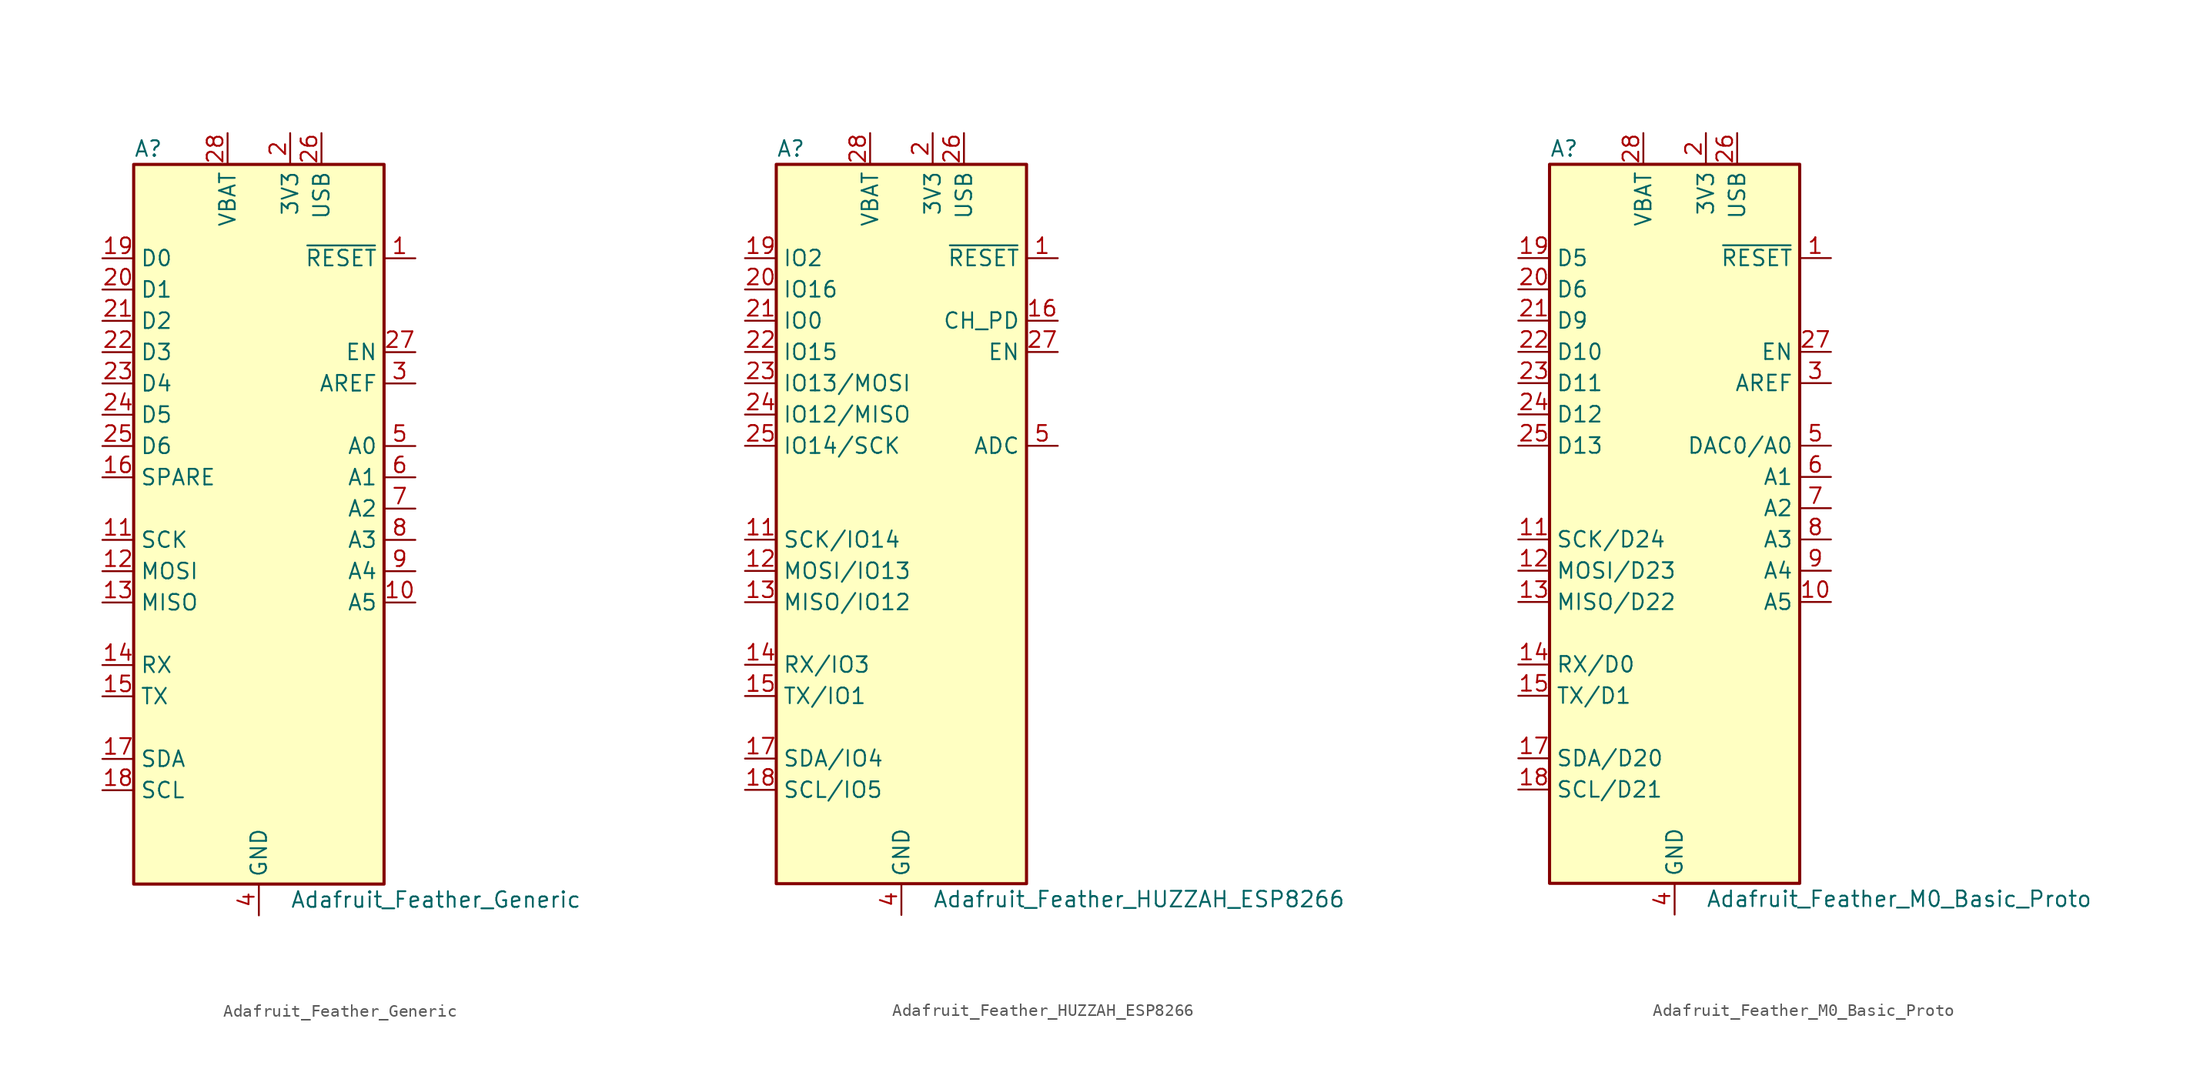
<source format=kicad_sym>
(kicad_symbol_lib
  (version 20241209)
  (generator "kicad_symbol_editor")
  (generator_version "9.0")
  (symbol "Adafruit_Feather_Generic"
    (property "Reference" "A"
      (at -10.16 29.21 0)
      (effects (font (size 1.27 1.27)) (justify left)))
    (property "Value" "Adafruit_Feather_Generic"
      (at 2.54 -31.75 0)
      (effects (font (size 1.27 1.27)) (justify left)))
    (symbol "Adafruit_Feather_Generic_0_1"
      (rectangle (start -10.16 27.94) (end 10.16 -30.48) (stroke (width 0.254) (type default)) (fill (type background))))
    (symbol "Adafruit_Feather_Generic_1_1"
      (pin bidirectional line (at -12.7 20.32 0) (length 2.54) (name "D0" (effects (font (size 1.27 1.27)))) (number "19" (effects (font (size 1.27 1.27)))))
      (pin bidirectional line (at -12.7 17.78 0) (length 2.54) (name "D1" (effects (font (size 1.27 1.27)))) (number "20" (effects (font (size 1.27 1.27)))))
      (pin bidirectional line (at -12.7 15.24 0) (length 2.54) (name "D2" (effects (font (size 1.27 1.27)))) (number "21" (effects (font (size 1.27 1.27)))))
      (pin bidirectional line (at -12.7 12.7 0) (length 2.54) (name "D3" (effects (font (size 1.27 1.27)))) (number "22" (effects (font (size 1.27 1.27)))))
      (pin bidirectional line (at -12.7 10.16 0) (length 2.54) (name "D4" (effects (font (size 1.27 1.27)))) (number "23" (effects (font (size 1.27 1.27)))))
      (pin bidirectional line (at -12.7 7.62 0) (length 2.54) (name "D5" (effects (font (size 1.27 1.27)))) (number "24" (effects (font (size 1.27 1.27)))))
      (pin bidirectional line (at -12.7 5.08 0) (length 2.54) (name "D6" (effects (font (size 1.27 1.27)))) (number "25" (effects (font (size 1.27 1.27)))))
      (pin bidirectional line (at -12.7 2.54 0) (length 2.54) (name "SPARE" (effects (font (size 1.27 1.27)))) (number "16" (effects (font (size 1.27 1.27)))))
      (pin bidirectional line (at -12.7 -2.54 0) (length 2.54) (name "SCK" (effects (font (size 1.27 1.27)))) (number "11" (effects (font (size 1.27 1.27)))))
      (pin bidirectional line (at -12.7 -5.08 0) (length 2.54) (name "MOSI" (effects (font (size 1.27 1.27)))) (number "12" (effects (font (size 1.27 1.27)))))
      (pin bidirectional line (at -12.7 -7.62 0) (length 2.54) (name "MISO" (effects (font (size 1.27 1.27)))) (number "13" (effects (font (size 1.27 1.27)))))
      (pin bidirectional line (at -12.7 -12.7 0) (length 2.54) (name "RX" (effects (font (size 1.27 1.27)))) (number "14" (effects (font (size 1.27 1.27)))))
      (pin bidirectional line (at -12.7 -15.24 0) (length 2.54) (name "TX" (effects (font (size 1.27 1.27)))) (number "15" (effects (font (size 1.27 1.27)))))
      (pin bidirectional line (at -12.7 -20.32 0) (length 2.54) (name "SDA" (effects (font (size 1.27 1.27)))) (number "17" (effects (font (size 1.27 1.27)))))
      (pin bidirectional line (at -12.7 -22.86 0) (length 2.54) (name "SCL" (effects (font (size 1.27 1.27)))) (number "18" (effects (font (size 1.27 1.27)))))
      (pin power_in line (at -2.54 30.48 270) (length 2.54) (name "VBAT" (effects (font (size 1.27 1.27)))) (number "28" (effects (font (size 1.27 1.27)))))
      (pin power_in line (at 0 -33.02 90) (length 2.54) (name "GND" (effects (font (size 1.27 1.27)))) (number "4" (effects (font (size 1.27 1.27)))))
      (pin power_in line (at 2.54 30.48 270) (length 2.54) (name "3V3" (effects (font (size 1.27 1.27)))) (number "2" (effects (font (size 1.27 1.27)))))
      (pin power_in line (at 5.08 30.48 270) (length 2.54) (name "USB" (effects (font (size 1.27 1.27)))) (number "26" (effects (font (size 1.27 1.27)))))
      (pin input line (at 12.7 20.32 180) (length 2.54) (name "~{RESET}" (effects (font (size 1.27 1.27)))) (number "1" (effects (font (size 1.27 1.27)))))
      (pin input line (at 12.7 12.7 180) (length 2.54) (name "EN" (effects (font (size 1.27 1.27)))) (number "27" (effects (font (size 1.27 1.27)))))
      (pin input line (at 12.7 10.16 180) (length 2.54) (name "AREF" (effects (font (size 1.27 1.27)))) (number "3" (effects (font (size 1.27 1.27)))))
      (pin bidirectional line (at 12.7 5.08 180) (length 2.54) (name "A0" (effects (font (size 1.27 1.27)))) (number "5" (effects (font (size 1.27 1.27)))))
      (pin bidirectional line (at 12.7 2.54 180) (length 2.54) (name "A1" (effects (font (size 1.27 1.27)))) (number "6" (effects (font (size 1.27 1.27)))))
      (pin bidirectional line (at 12.7 0 180) (length 2.54) (name "A2" (effects (font (size 1.27 1.27)))) (number "7" (effects (font (size 1.27 1.27)))))
      (pin bidirectional line (at 12.7 -2.54 180) (length 2.54) (name "A3" (effects (font (size 1.27 1.27)))) (number "8" (effects (font (size 1.27 1.27)))))
      (pin bidirectional line (at 12.7 -5.08 180) (length 2.54) (name "A4" (effects (font (size 1.27 1.27)))) (number "9" (effects (font (size 1.27 1.27)))))
      (pin bidirectional line (at 12.7 -7.62 180) (length 2.54) (name "A5" (effects (font (size 1.27 1.27)))) (number "10" (effects (font (size 1.27 1.27)))))))
  (symbol "Adafruit_Feather_HUZZAH_ESP8266"
    (property "Reference" "A"
      (at -10.16 29.21 0)
      (effects (font (size 1.27 1.27)) (justify left)))
    (property "Value" "Adafruit_Feather_HUZZAH_ESP8266"
      (at 2.54 -31.75 0)
      (effects (font (size 1.27 1.27)) (justify left)))
    (symbol "Adafruit_Feather_HUZZAH_ESP8266_0_1"
      (rectangle (start -10.16 27.94) (end 10.16 -30.48) (stroke (width 0.254) (type default)) (fill (type background))))
    (symbol "Adafruit_Feather_HUZZAH_ESP8266_1_1"
      (pin bidirectional line (at -12.7 20.32 0) (length 2.54) (name "IO2" (effects (font (size 1.27 1.27)))) (number "19" (effects (font (size 1.27 1.27)))))
      (pin bidirectional line (at -12.7 17.78 0) (length 2.54) (name "IO16" (effects (font (size 1.27 1.27)))) (number "20" (effects (font (size 1.27 1.27)))))
      (pin bidirectional line (at -12.7 15.24 0) (length 2.54) (name "IO0" (effects (font (size 1.27 1.27)))) (number "21" (effects (font (size 1.27 1.27)))))
      (pin bidirectional line (at -12.7 12.7 0) (length 2.54) (name "IO15" (effects (font (size 1.27 1.27)))) (number "22" (effects (font (size 1.27 1.27)))))
      (pin bidirectional line (at -12.7 10.16 0) (length 2.54) (name "IO13/MOSI" (effects (font (size 1.27 1.27)))) (number "23" (effects (font (size 1.27 1.27)))))
      (pin bidirectional line (at -12.7 7.62 0) (length 2.54) (name "IO12/MISO" (effects (font (size 1.27 1.27)))) (number "24" (effects (font (size 1.27 1.27)))))
      (pin bidirectional line (at -12.7 5.08 0) (length 2.54) (name "IO14/SCK" (effects (font (size 1.27 1.27)))) (number "25" (effects (font (size 1.27 1.27)))))
      (pin bidirectional line (at -12.7 -2.54 0) (length 2.54) (name "SCK/IO14" (effects (font (size 1.27 1.27)))) (number "11" (effects (font (size 1.27 1.27)))))
      (pin bidirectional line (at -12.7 -5.08 0) (length 2.54) (name "MOSI/IO13" (effects (font (size 1.27 1.27)))) (number "12" (effects (font (size 1.27 1.27)))))
      (pin bidirectional line (at -12.7 -7.62 0) (length 2.54) (name "MISO/IO12" (effects (font (size 1.27 1.27)))) (number "13" (effects (font (size 1.27 1.27)))))
      (pin bidirectional line (at -12.7 -12.7 0) (length 2.54) (name "RX/IO3" (effects (font (size 1.27 1.27)))) (number "14" (effects (font (size 1.27 1.27)))))
      (pin bidirectional line (at -12.7 -15.24 0) (length 2.54) (name "TX/IO1" (effects (font (size 1.27 1.27)))) (number "15" (effects (font (size 1.27 1.27)))))
      (pin bidirectional line (at -12.7 -20.32 0) (length 2.54) (name "SDA/IO4" (effects (font (size 1.27 1.27)))) (number "17" (effects (font (size 1.27 1.27)))))
      (pin bidirectional line (at -12.7 -22.86 0) (length 2.54) (name "SCL/IO5" (effects (font (size 1.27 1.27)))) (number "18" (effects (font (size 1.27 1.27)))))
      (pin power_in line (at -2.54 30.48 270) (length 2.54) (name "VBAT" (effects (font (size 1.27 1.27)))) (number "28" (effects (font (size 1.27 1.27)))))
      (pin power_in line (at 0 -33.02 90) (length 2.54) (name "GND" (effects (font (size 1.27 1.27)))) (number "4" (effects (font (size 1.27 1.27)))))
      (pin power_in line (at 2.54 30.48 270) (length 2.54) (name "3V3" (effects (font (size 1.27 1.27)))) (number "2" (effects (font (size 1.27 1.27)))))
      (pin power_in line (at 5.08 30.48 270) (length 2.54) (name "USB" (effects (font (size 1.27 1.27)))) (number "26" (effects (font (size 1.27 1.27)))))
      (pin no_connect line (at 10.16 10.16 180) (length 2.54) (hide yes) (name "NC" (effects (font (size 1.27 1.27)))) (number "3" (effects (font (size 1.27 1.27)))))
      (pin no_connect line (at 10.16 2.54 180) (length 2.54) (hide yes) (name "NC" (effects (font (size 1.27 1.27)))) (number "6" (effects (font (size 1.27 1.27)))))
      (pin no_connect line (at 10.16 0 180) (length 2.54) (hide yes) (name "NC" (effects (font (size 1.27 1.27)))) (number "7" (effects (font (size 1.27 1.27)))))
      (pin no_connect line (at 10.16 -2.54 180) (length 2.54) (hide yes) (name "NC" (effects (font (size 1.27 1.27)))) (number "8" (effects (font (size 1.27 1.27)))))
      (pin no_connect line (at 10.16 -5.08 180) (length 2.54) (hide yes) (name "NC" (effects (font (size 1.27 1.27)))) (number "9" (effects (font (size 1.27 1.27)))))
      (pin no_connect line (at 10.16 -7.62 180) (length 2.54) (hide yes) (name "NC" (effects (font (size 1.27 1.27)))) (number "10" (effects (font (size 1.27 1.27)))))
      (pin input line (at 12.7 20.32 180) (length 2.54) (name "~{RESET}" (effects (font (size 1.27 1.27)))) (number "1" (effects (font (size 1.27 1.27)))))
      (pin bidirectional line (at 12.7 15.24 180) (length 2.54) (name "CH_PD" (effects (font (size 1.27 1.27)))) (number "16" (effects (font (size 1.27 1.27)))))
      (pin input line (at 12.7 12.7 180) (length 2.54) (name "EN" (effects (font (size 1.27 1.27)))) (number "27" (effects (font (size 1.27 1.27)))))
      (pin bidirectional line (at 12.7 5.08 180) (length 2.54) (name "ADC" (effects (font (size 1.27 1.27)))) (number "5" (effects (font (size 1.27 1.27)))))))
  (symbol "Adafruit_Feather_M0_Basic_Proto"
    (property "Reference" "A"
      (at -10.16 29.21 0)
      (effects (font (size 1.27 1.27)) (justify left)))
    (property "Value" "Adafruit_Feather_M0_Basic_Proto"
      (at 2.54 -31.75 0)
      (effects (font (size 1.27 1.27)) (justify left)))
    (symbol "Adafruit_Feather_M0_Basic_Proto_0_1"
      (rectangle (start -10.16 27.94) (end 10.16 -30.48) (stroke (width 0.254) (type default)) (fill (type background))))
    (symbol "Adafruit_Feather_M0_Basic_Proto_1_1"
      (pin bidirectional line (at -12.7 20.32 0) (length 2.54) (name "D5" (effects (font (size 1.27 1.27)))) (number "19" (effects (font (size 1.27 1.27)))))
      (pin bidirectional line (at -12.7 17.78 0) (length 2.54) (name "D6" (effects (font (size 1.27 1.27)))) (number "20" (effects (font (size 1.27 1.27)))))
      (pin bidirectional line (at -12.7 15.24 0) (length 2.54) (name "D9" (effects (font (size 1.27 1.27)))) (number "21" (effects (font (size 1.27 1.27)))))
      (pin bidirectional line (at -12.7 12.7 0) (length 2.54) (name "D10" (effects (font (size 1.27 1.27)))) (number "22" (effects (font (size 1.27 1.27)))))
      (pin bidirectional line (at -12.7 10.16 0) (length 2.54) (name "D11" (effects (font (size 1.27 1.27)))) (number "23" (effects (font (size 1.27 1.27)))))
      (pin bidirectional line (at -12.7 7.62 0) (length 2.54) (name "D12" (effects (font (size 1.27 1.27)))) (number "24" (effects (font (size 1.27 1.27)))))
      (pin bidirectional line (at -12.7 5.08 0) (length 2.54) (name "D13" (effects (font (size 1.27 1.27)))) (number "25" (effects (font (size 1.27 1.27)))))
      (pin bidirectional line (at -12.7 -2.54 0) (length 2.54) (name "SCK/D24" (effects (font (size 1.27 1.27)))) (number "11" (effects (font (size 1.27 1.27)))))
      (pin bidirectional line (at -12.7 -5.08 0) (length 2.54) (name "MOSI/D23" (effects (font (size 1.27 1.27)))) (number "12" (effects (font (size 1.27 1.27)))))
      (pin bidirectional line (at -12.7 -7.62 0) (length 2.54) (name "MISO/D22" (effects (font (size 1.27 1.27)))) (number "13" (effects (font (size 1.27 1.27)))))
      (pin bidirectional line (at -12.7 -12.7 0) (length 2.54) (name "RX/D0" (effects (font (size 1.27 1.27)))) (number "14" (effects (font (size 1.27 1.27)))))
      (pin bidirectional line (at -12.7 -15.24 0) (length 2.54) (name "TX/D1" (effects (font (size 1.27 1.27)))) (number "15" (effects (font (size 1.27 1.27)))))
      (pin bidirectional line (at -12.7 -20.32 0) (length 2.54) (name "SDA/D20" (effects (font (size 1.27 1.27)))) (number "17" (effects (font (size 1.27 1.27)))))
      (pin bidirectional line (at -12.7 -22.86 0) (length 2.54) (name "SCL/D21" (effects (font (size 1.27 1.27)))) (number "18" (effects (font (size 1.27 1.27)))))
      (pin power_in line (at -2.54 30.48 270) (length 2.54) (name "VBAT" (effects (font (size 1.27 1.27)))) (number "28" (effects (font (size 1.27 1.27)))))
      (pin passive line (at 0 -33.02 90) (length 2.54) (hide yes) (name "GND" (effects (font (size 1.27 1.27)))) (number "16" (effects (font (size 1.27 1.27)))))
      (pin power_in line (at 0 -33.02 90) (length 2.54) (name "GND" (effects (font (size 1.27 1.27)))) (number "4" (effects (font (size 1.27 1.27)))))
      (pin power_in line (at 2.54 30.48 270) (length 2.54) (name "3V3" (effects (font (size 1.27 1.27)))) (number "2" (effects (font (size 1.27 1.27)))))
      (pin power_in line (at 5.08 30.48 270) (length 2.54) (name "USB" (effects (font (size 1.27 1.27)))) (number "26" (effects (font (size 1.27 1.27)))))
      (pin input line (at 12.7 20.32 180) (length 2.54) (name "~{RESET}" (effects (font (size 1.27 1.27)))) (number "1" (effects (font (size 1.27 1.27)))))
      (pin input line (at 12.7 12.7 180) (length 2.54) (name "EN" (effects (font (size 1.27 1.27)))) (number "27" (effects (font (size 1.27 1.27)))))
      (pin input line (at 12.7 10.16 180) (length 2.54) (name "AREF" (effects (font (size 1.27 1.27)))) (number "3" (effects (font (size 1.27 1.27)))))
      (pin bidirectional line (at 12.7 5.08 180) (length 2.54) (name "DAC0/A0" (effects (font (size 1.27 1.27)))) (number "5" (effects (font (size 1.27 1.27)))))
      (pin bidirectional line (at 12.7 2.54 180) (length 2.54) (name "A1" (effects (font (size 1.27 1.27)))) (number "6" (effects (font (size 1.27 1.27)))))
      (pin bidirectional line (at 12.7 0 180) (length 2.54) (name "A2" (effects (font (size 1.27 1.27)))) (number "7" (effects (font (size 1.27 1.27)))))
      (pin bidirectional line (at 12.7 -2.54 180) (length 2.54) (name "A3" (effects (font (size 1.27 1.27)))) (number "8" (effects (font (size 1.27 1.27)))))
      (pin bidirectional line (at 12.7 -5.08 180) (length 2.54) (name "A4" (effects (font (size 1.27 1.27)))) (number "9" (effects (font (size 1.27 1.27)))))
      (pin bidirectional line (at 12.7 -7.62 180) (length 2.54) (name "A5" (effects (font (size 1.27 1.27)))) (number "10" (effects (font (size 1.27 1.27))))))))
</source>
